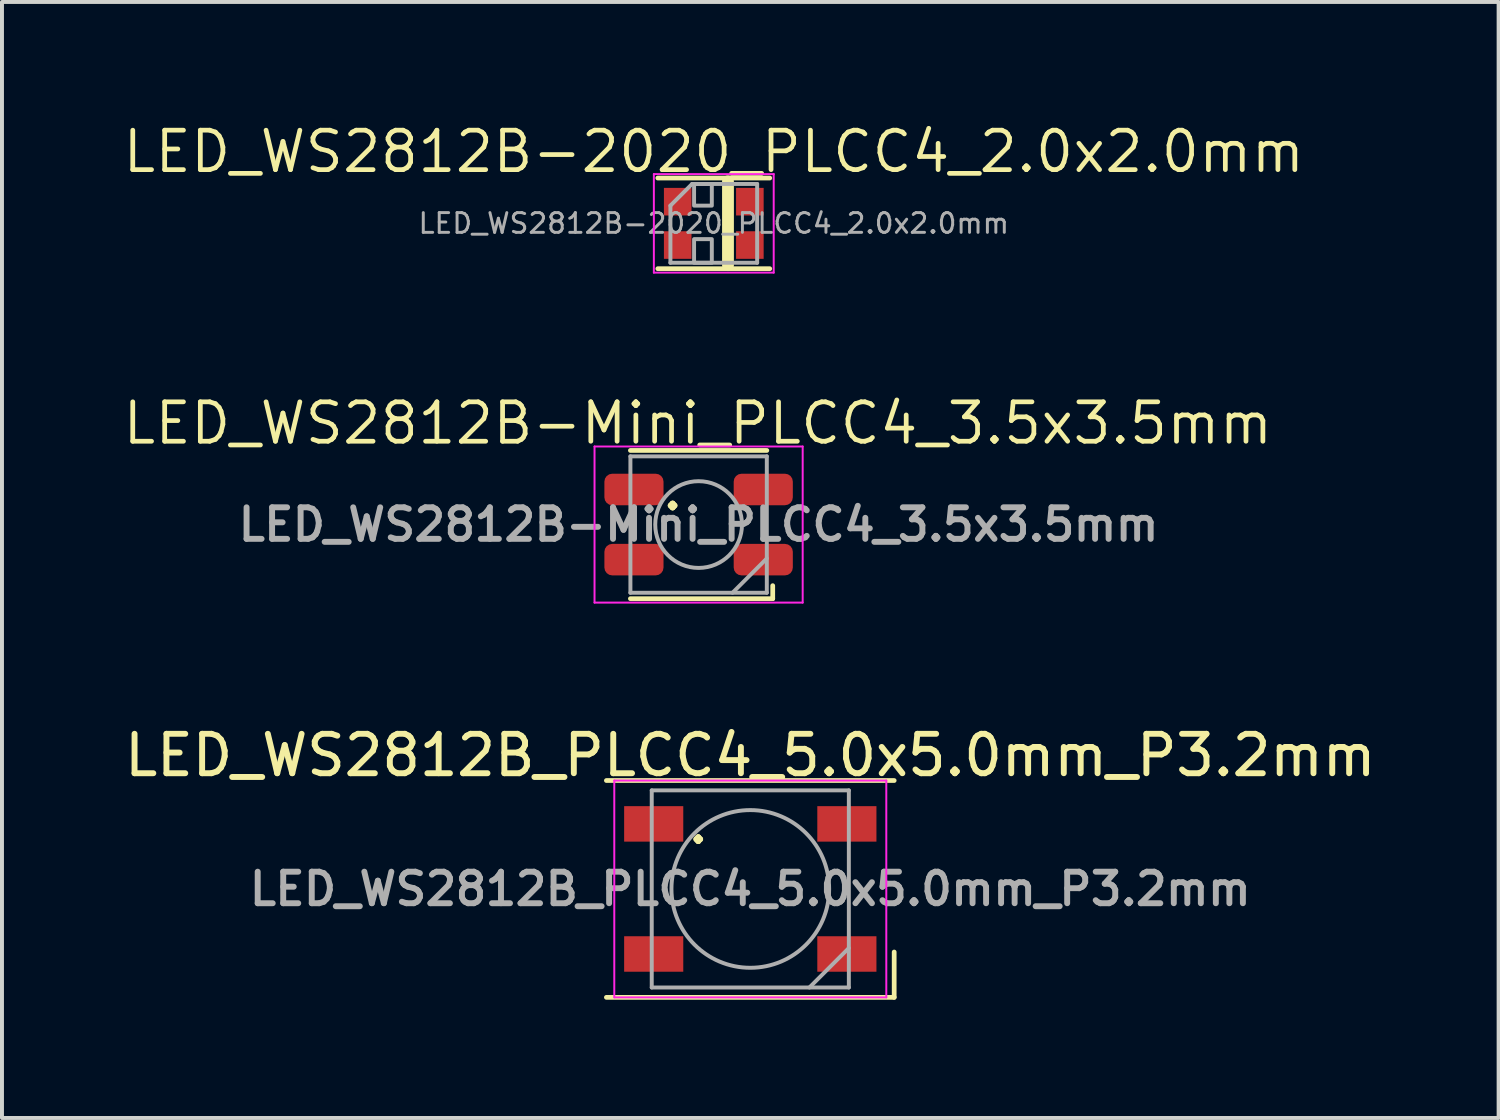
<source format=kicad_pcb>
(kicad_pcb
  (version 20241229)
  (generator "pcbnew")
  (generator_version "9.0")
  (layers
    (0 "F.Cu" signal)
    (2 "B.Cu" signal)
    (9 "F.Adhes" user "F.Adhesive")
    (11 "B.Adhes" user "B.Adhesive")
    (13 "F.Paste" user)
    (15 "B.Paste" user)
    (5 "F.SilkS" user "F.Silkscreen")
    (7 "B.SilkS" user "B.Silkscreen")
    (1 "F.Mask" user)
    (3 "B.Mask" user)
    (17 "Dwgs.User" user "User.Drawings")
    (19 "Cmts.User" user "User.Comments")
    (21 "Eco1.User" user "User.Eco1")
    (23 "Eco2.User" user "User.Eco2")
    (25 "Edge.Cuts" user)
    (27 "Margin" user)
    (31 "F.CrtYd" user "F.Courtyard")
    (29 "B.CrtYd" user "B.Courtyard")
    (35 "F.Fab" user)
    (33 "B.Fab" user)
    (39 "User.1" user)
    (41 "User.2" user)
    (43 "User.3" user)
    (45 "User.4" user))
  (footprint "LED_WS2812B_PLCC4_5.0x5.0mm_P3.2mm"
    (layer "F.Cu")
    (at 15.982 19.499)
    (property "Reference" "LED_WS2812B_PLCC4_5.0x5.0mm_P3.2mm" (at 0 -3.39 0) (layer "F.SilkS") (effects (font (size 1 1) (thickness 0.15))))
    (attr smd)
    (fp_line (start -3.65 -2.75) (end 3.65 -2.75) (stroke (width 0.12) (type solid)) (layer "F.SilkS"))
    (fp_line (start -3.65 2.75) (end 3.65 2.75) (stroke (width 0.12) (type solid)) (layer "F.SilkS"))
    (fp_line (start 3.65 2.75) (end 3.65 1.6) (stroke (width 0.12) (type solid)) (layer "F.SilkS"))
    (fp_line (start -3.45 -2.75) (end -3.45 2.75) (stroke (width 0.05) (type solid)) (layer "F.CrtYd"))
    (fp_line (start -3.45 2.75) (end 3.45 2.75) (stroke (width 0.05) (type solid)) (layer "F.CrtYd"))
    (fp_line (start 3.45 -2.75) (end -3.45 -2.75) (stroke (width 0.05) (type solid)) (layer "F.CrtYd"))
    (fp_line (start 3.45 2.75) (end 3.45 -2.75) (stroke (width 0.05) (type solid)) (layer "F.CrtYd"))
    (fp_line (start -2.5 -2.5) (end -2.5 2.5) (stroke (width 0.1) (type solid)) (layer "F.Fab"))
    (fp_line (start -2.5 2.5) (end 2.5 2.5) (stroke (width 0.1) (type solid)) (layer "F.Fab"))
    (fp_line (start 2.5 -2.5) (end -2.5 -2.5) (stroke (width 0.1) (type solid)) (layer "F.Fab"))
    (fp_line (start 2.5 1.5) (end 1.5 2.5) (stroke (width 0.1) (type solid)) (layer "F.Fab"))
    (fp_line (start 2.5 2.5) (end 2.5 -2.5) (stroke (width 0.1) (type solid)) (layer "F.Fab"))
    (fp_circle (center 0 0) (end 0 -2) (stroke (width 0.1) (type solid)) (fill no) (layer "F.Fab"))
    (fp_text user "." (at -1.32 -1.67 0) (layer "F.SilkS") (effects (font (size 1 1) (thickness 0.15))))
    (fp_text user "${REFERENCE}" (at 0 0 0) (layer "F.Fab") (effects (font (size 0.8 0.8) (thickness 0.15))))
    (pad "1" smd rect (at -2.45 -1.65) (size 1.5 0.9) (layers "F.Cu" "F.Mask" "F.Paste"))
    (pad "2" smd rect (at -2.45 1.65) (size 1.5 0.9) (layers "F.Cu" "F.Mask" "F.Paste"))
    (pad "3" smd rect (at 2.45 1.65) (size 1.5 0.9) (layers "F.Cu" "F.Mask" "F.Paste"))
    (pad "4" smd rect (at 2.45 -1.65) (size 1.5 0.9) (layers "F.Cu" "F.Mask" "F.Paste")))
  (footprint "LED_WS2812B-2020_PLCC4_2.0x2.0mm"
    (layer "F.Cu")
    (at 15.056 2.616)
    (property "Reference" "LED_WS2812B-2020_PLCC4_2.0x2.0mm" (at 0 -1.82 0) (layer "F.SilkS") (effects (font (size 1 1) (thickness 0.12) (bold yes))))
    (attr smd)
    (fp_line (start -1.42 -1.15) (end 1.42 -1.15) (stroke (width 0.12) (type solid)) (layer "F.SilkS"))
    (fp_line (start -1.42 1.15) (end 1.42 1.15) (stroke (width 0.12) (type solid)) (layer "F.SilkS"))
    (fp_line (start 0.36 -1.067) (end 0.36 1.06) (stroke (width 0.3) (type solid)) (layer "F.SilkS"))
    (fp_line (start -1.52 -1.25) (end -1.52 1.25) (stroke (width 0.05) (type solid)) (layer "F.CrtYd"))
    (fp_line (start -1.52 1.25) (end 1.52 1.25) (stroke (width 0.05) (type solid)) (layer "F.CrtYd"))
    (fp_line (start 1.52 -1.25) (end -1.52 -1.25) (stroke (width 0.05) (type solid)) (layer "F.CrtYd"))
    (fp_line (start 1.52 1.25) (end 1.52 -1.25) (stroke (width 0.05) (type solid)) (layer "F.CrtYd"))
    (fp_line (start -1.1 -0.45) (end -1.1 1) (stroke (width 0.1) (type solid)) (layer "F.Fab"))
    (fp_line (start -1.1 1) (end 1.1 1) (stroke (width 0.1) (type solid)) (layer "F.Fab"))
    (fp_line (start -0.55 -1) (end -1.1 -0.45) (stroke (width 0.1) (type solid)) (layer "F.Fab"))
    (fp_line (start 1.1 -1) (end -0.55 -1) (stroke (width 0.1) (type solid)) (layer "F.Fab"))
    (fp_line (start 1.1 -1) (end 1.1 1) (stroke (width 0.1) (type solid)) (layer "F.Fab"))
    (fp_rect (start -0.5 -1) (end -0.05 -0.45) (stroke (width 0.1) (type solid)) (fill no) (layer "F.Fab"))
    (fp_rect (start -0.5 0.4) (end -0.05 1) (stroke (width 0.1) (type solid)) (fill no) (layer "F.Fab"))
    (fp_text user "${REFERENCE}" (at 0 0 0) (layer "F.Fab") (effects (font (size 0.5 0.5) (thickness 0.075))))
    (pad "1" smd rect (at 0.915 0.55) (size 0.7 0.7) (layers "F.Cu" "F.Mask" "F.Paste"))
    (pad "2" smd rect (at 0.915 -0.55) (size 0.7 0.7) (layers "F.Cu" "F.Mask" "F.Paste"))
    (pad "3" smd rect (at -0.915 -0.55) (size 0.7 0.7) (layers "F.Cu" "F.Mask" "F.Paste"))
    (pad "4" smd rect (at -0.915 0.55) (size 0.7 0.7) (layers "F.Cu" "F.Mask" "F.Paste")))
  (footprint "LED_WS2812B-Mini_PLCC4_3.5x3.5mm"
    (layer "F.Cu")
    (at 14.671 10.256)
    (property "Reference" "LED_WS2812B-Mini_PLCC4_3.5x3.5mm" (at -0.02 -2.57 0) (layer "F.SilkS") (effects (font (size 1 1) (thickness 0.12) (bold yes))))
    (attr smd)
    (fp_line (start -1.73 -1.88) (end 1.73 -1.88) (stroke (width 0.12) (type solid)) (layer "F.SilkS"))
    (fp_line (start -1.73 1.88) (end 1.88 1.88) (stroke (width 0.12) (type solid)) (layer "F.SilkS"))
    (fp_line (start 1.88 1.88) (end 1.88 1.55) (stroke (width 0.12) (type solid)) (layer "F.SilkS"))
    (fp_line (start -2.64 -1.98) (end -2.64 1.98) (stroke (width 0.05) (type solid)) (layer "F.CrtYd"))
    (fp_line (start -2.64 1.98) (end 2.64 1.98) (stroke (width 0.05) (type solid)) (layer "F.CrtYd"))
    (fp_line (start 2.64 -1.98) (end -2.64 -1.98) (stroke (width 0.05) (type solid)) (layer "F.CrtYd"))
    (fp_line (start 2.64 1.98) (end 2.64 -1.98) (stroke (width 0.05) (type solid)) (layer "F.CrtYd"))
    (fp_line (start -1.73 -1.73) (end -1.73 1.73) (stroke (width 0.1) (type solid)) (layer "F.Fab"))
    (fp_line (start -1.73 1.73) (end 1.73 1.73) (stroke (width 0.1) (type solid)) (layer "F.Fab"))
    (fp_line (start 1.73 -1.73) (end -1.73 -1.73) (stroke (width 0.1) (type solid)) (layer "F.Fab"))
    (fp_line (start 1.73 0.86) (end 0.86 1.73) (stroke (width 0.1) (type solid)) (layer "F.Fab"))
    (fp_line (start 1.73 1.73) (end 1.73 -1.73) (stroke (width 0.1) (type solid)) (layer "F.Fab"))
    (fp_circle (center 0 0) (end 1.1 0) (stroke (width 0.1) (type solid)) (fill no) (layer "F.Fab"))
    (fp_text user "." (at -0.66 -0.89 0) (layer "F.SilkS") (effects (font (size 1 1) (thickness 0.15))))
    (fp_text user "${REFERENCE}" (at 0 0 0) (layer "F.Fab") (effects (font (size 0.8 0.8) (thickness 0.15))))
    (pad "1" smd roundrect (at -1.64 -0.89) (size 1.5 0.8) (layers "F.Cu" "F.Mask" "F.Paste") (roundrect_rratio 0.25))
    (pad "2" smd roundrect (at -1.64 0.89) (size 1.5 0.8) (layers "F.Cu" "F.Mask" "F.Paste") (roundrect_rratio 0.25))
    (pad "3" smd roundrect (at 1.64 0.89) (size 1.5 0.8) (layers "F.Cu" "F.Mask" "F.Paste") (roundrect_rratio 0.25))
    (pad "4" smd roundrect (at 1.64 -0.89) (size 1.5 0.8) (layers "F.Cu" "F.Mask" "F.Paste") (roundrect_rratio 0.25)))
  (gr_rect
    (start -3 -3)
    (end 34.964 25.309)
    (stroke (width 0.1) (type default))
    (fill no)
    (layer "Edge.Cuts")))
</source>
